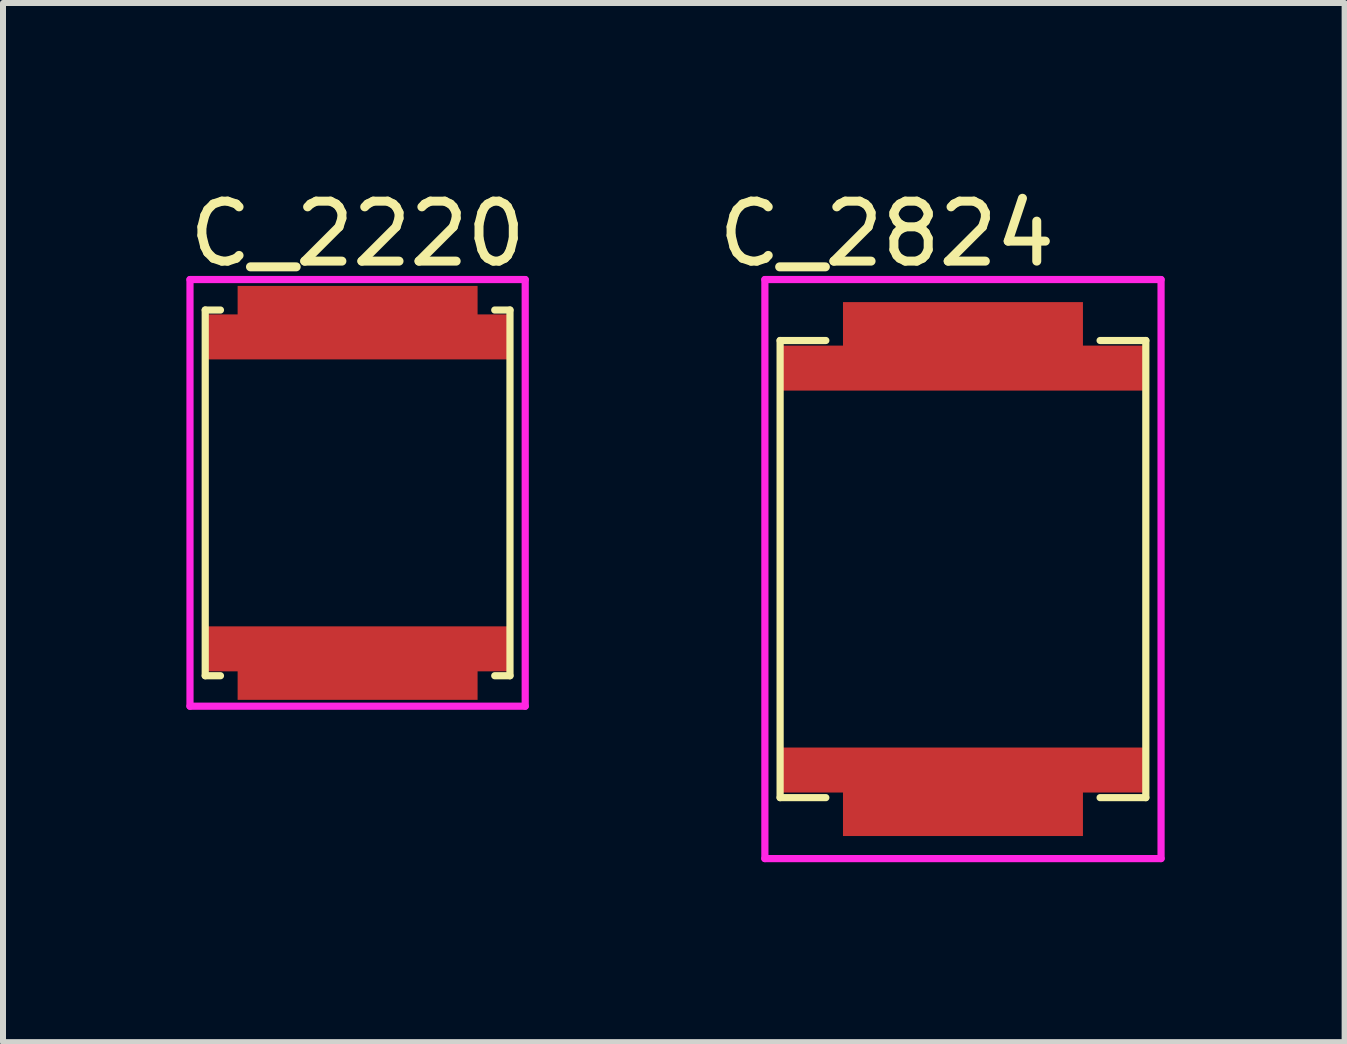
<source format=kicad_pcb>
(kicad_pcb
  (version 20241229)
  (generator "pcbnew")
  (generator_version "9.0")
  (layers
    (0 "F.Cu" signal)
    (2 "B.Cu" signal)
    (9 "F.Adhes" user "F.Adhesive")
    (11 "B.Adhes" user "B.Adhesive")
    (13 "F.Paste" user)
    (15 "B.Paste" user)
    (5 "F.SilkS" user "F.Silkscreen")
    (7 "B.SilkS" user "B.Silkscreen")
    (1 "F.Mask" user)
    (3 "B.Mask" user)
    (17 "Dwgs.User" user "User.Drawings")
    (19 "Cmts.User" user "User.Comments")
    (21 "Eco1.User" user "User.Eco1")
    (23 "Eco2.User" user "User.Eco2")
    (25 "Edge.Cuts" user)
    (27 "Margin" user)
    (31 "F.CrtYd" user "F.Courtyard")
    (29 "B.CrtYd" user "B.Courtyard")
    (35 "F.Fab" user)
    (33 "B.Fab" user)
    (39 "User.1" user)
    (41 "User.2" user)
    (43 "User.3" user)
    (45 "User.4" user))
  (footprint "C_2824"
    (layer "F.Cu")
    (at 13.002 6.436)
    (property "Reference" "C_2824" (at -1.27 -5.588 0) (layer "F.SilkS") (effects (font (size 1 1) (thickness 0.15))))
    (attr through_hole)
    (fp_line (start -3.048 -3.81) (end -2.286 -3.81) (stroke (width 0.12) (type solid)) (layer "F.SilkS"))
    (fp_line (start -3.048 3.81) (end -3.048 -3.81) (stroke (width 0.12) (type solid)) (layer "F.SilkS"))
    (fp_line (start -2.286 3.81) (end -3.048 3.81) (stroke (width 0.12) (type solid)) (layer "F.SilkS"))
    (fp_line (start 2.286 -3.81) (end 3.048 -3.81) (stroke (width 0.12) (type solid)) (layer "F.SilkS"))
    (fp_line (start 3.048 -3.81) (end 3.048 3.81) (stroke (width 0.12) (type solid)) (layer "F.SilkS"))
    (fp_line (start 3.048 3.81) (end 2.286 3.81) (stroke (width 0.12) (type solid)) (layer "F.SilkS"))
    (fp_line (start -3.302 -4.826) (end 3.302 -4.826) (stroke (width 0.12) (type solid)) (layer "F.CrtYd"))
    (fp_line (start -3.302 4.826) (end -3.302 -4.826) (stroke (width 0.12) (type solid)) (layer "F.CrtYd"))
    (fp_line (start 3.302 -4.826) (end 3.302 4.826) (stroke (width 0.12) (type solid)) (layer "F.CrtYd"))
    (fp_line (start 3.302 4.826) (end -3.302 4.826) (stroke (width 0.12) (type solid)) (layer "F.CrtYd"))
    (pad "1" smd rect (at 0 3.35) (size 6.1 0.75) (layers "F.Cu" "F.Mask" "F.Paste"))
    (pad "1" smd rect (at 0 3.85) (size 4 1.2) (layers "F.Cu" "F.Mask" "F.Paste"))
    (pad "2" smd rect (at 0 -3.85) (size 4 1.2) (layers "F.Cu" "F.Mask" "F.Paste"))
    (pad "2" smd rect (at 0 -3.35) (size 6.1 0.75) (layers "F.Cu" "F.Mask" "F.Paste")))
  (footprint "C_2220"
    (layer "F.Cu")
    (at 2.911 5.166)
    (property "Reference" "C_2220" (at 0 -4.318 0) (layer "F.SilkS") (effects (font (size 1 1) (thickness 0.15))))
    (attr through_hole)
    (fp_line (start -2.54 -3.048) (end -2.54 3.048) (stroke (width 0.12) (type solid)) (layer "F.SilkS"))
    (fp_line (start -2.54 3.048) (end -2.286 3.048) (stroke (width 0.12) (type solid)) (layer "F.SilkS"))
    (fp_line (start -2.286 -3.048) (end -2.54 -3.048) (stroke (width 0.12) (type solid)) (layer "F.SilkS"))
    (fp_line (start 2.286 -3.048) (end 2.54 -3.048) (stroke (width 0.12) (type solid)) (layer "F.SilkS"))
    (fp_line (start 2.54 -3.048) (end 2.54 3.048) (stroke (width 0.12) (type solid)) (layer "F.SilkS"))
    (fp_line (start 2.54 3.048) (end 2.286 3.048) (stroke (width 0.12) (type solid)) (layer "F.SilkS"))
    (fp_line (start -2.794 -3.556) (end 2.794 -3.556) (stroke (width 0.12) (type solid)) (layer "F.CrtYd"))
    (fp_line (start -2.794 3.556) (end -2.794 -3.556) (stroke (width 0.12) (type solid)) (layer "F.CrtYd"))
    (fp_line (start 2.794 -3.556) (end 2.794 3.556) (stroke (width 0.12) (type solid)) (layer "F.CrtYd"))
    (fp_line (start 2.794 3.556) (end -2.794 3.556) (stroke (width 0.12) (type solid)) (layer "F.CrtYd"))
    (pad "1" smd rect (at 0 2.6) (size 5.1 0.75) (layers "F.Cu" "F.Mask" "F.Paste"))
    (pad "1" smd rect (at 0 2.85) (size 4 1.2) (layers "F.Cu" "F.Mask" "F.Paste"))
    (pad "2" smd rect (at 0 -2.85) (size 4 1.2) (layers "F.Cu" "F.Mask" "F.Paste"))
    (pad "2" smd rect (at 0 -2.6) (size 5.1 0.75) (layers "F.Cu" "F.Mask" "F.Paste")))
  (gr_rect
    (start -3 -3)
    (end 19.364 14.322)
    (stroke (width 0.1) (type default))
    (fill no)
    (layer "Edge.Cuts")))
</source>
